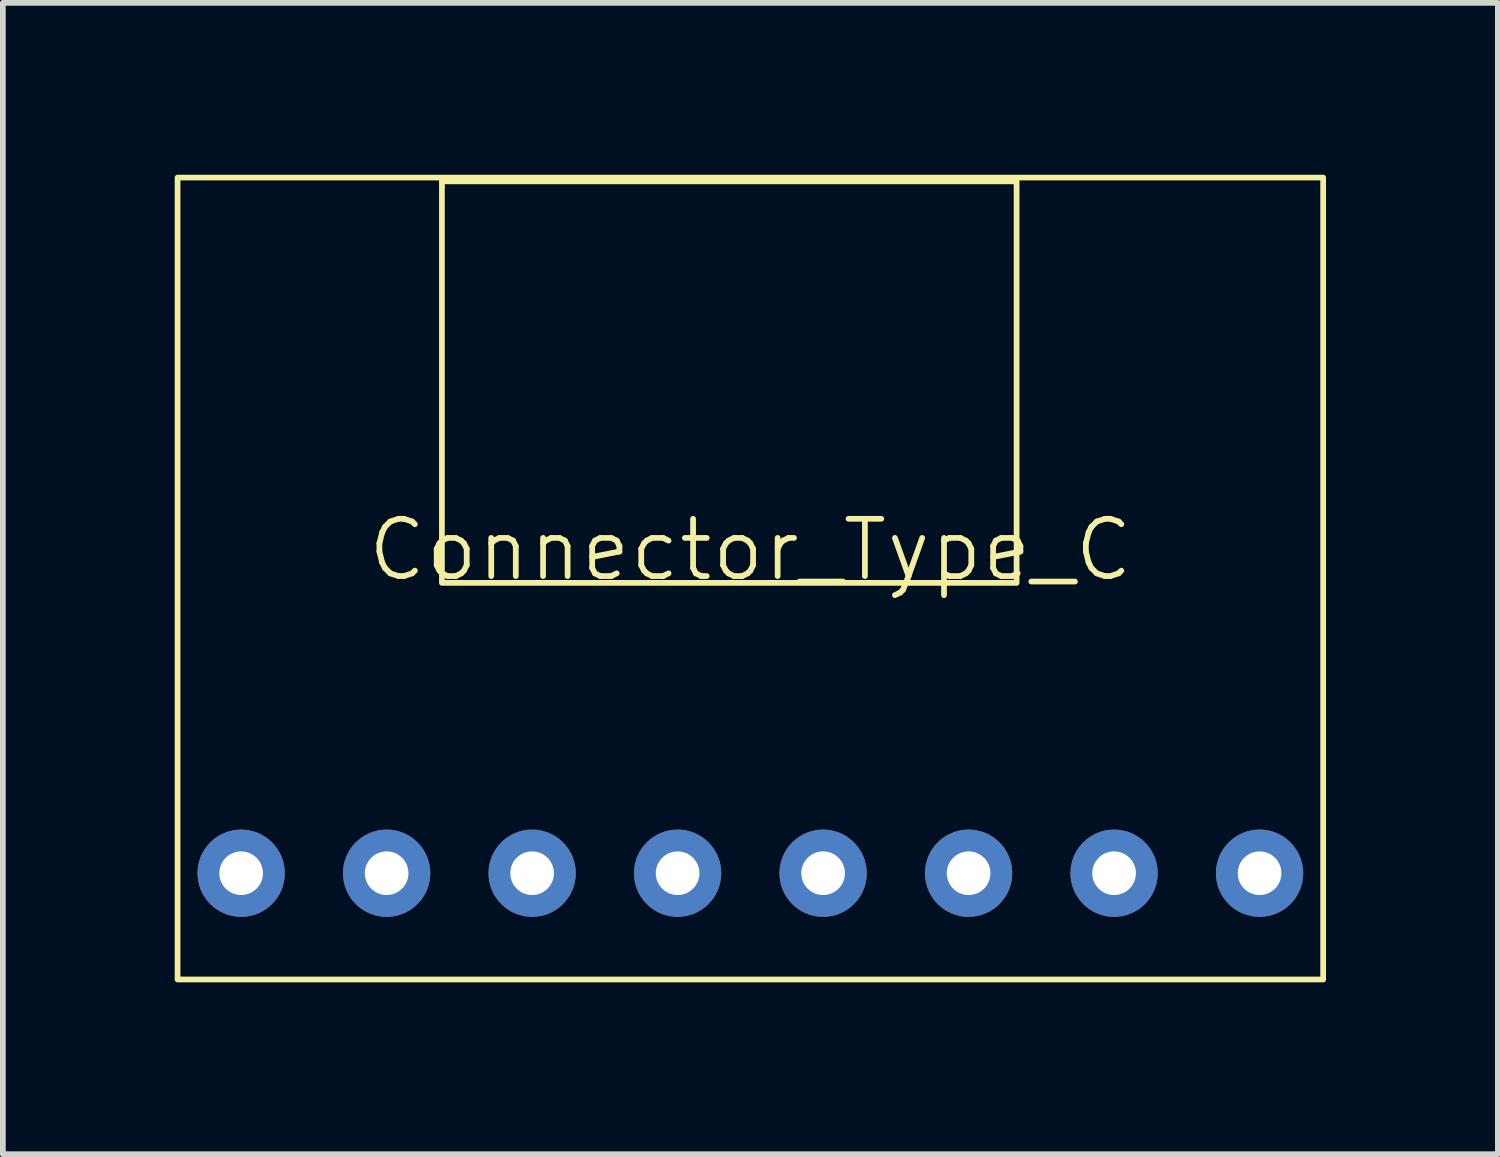
<source format=kicad_pcb>
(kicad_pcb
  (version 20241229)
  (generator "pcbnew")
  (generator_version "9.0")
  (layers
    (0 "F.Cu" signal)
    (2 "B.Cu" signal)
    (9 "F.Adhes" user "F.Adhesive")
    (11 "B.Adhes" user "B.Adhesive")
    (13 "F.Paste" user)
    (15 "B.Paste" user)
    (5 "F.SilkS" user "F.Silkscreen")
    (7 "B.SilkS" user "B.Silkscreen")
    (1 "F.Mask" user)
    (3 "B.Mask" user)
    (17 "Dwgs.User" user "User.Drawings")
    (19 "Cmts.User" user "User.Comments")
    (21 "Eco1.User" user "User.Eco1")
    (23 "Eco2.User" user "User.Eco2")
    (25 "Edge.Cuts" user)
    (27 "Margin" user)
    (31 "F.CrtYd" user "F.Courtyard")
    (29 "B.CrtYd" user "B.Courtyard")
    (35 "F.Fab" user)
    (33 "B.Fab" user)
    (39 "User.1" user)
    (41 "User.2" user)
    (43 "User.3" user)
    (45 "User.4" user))
  (footprint "Connector_Type_C"
    (layer "F.Cu")
    (at 10.05 7.05)
    (property "Reference" "Connector_Type_C" (at 0 -0.5 0) (unlocked yes) (layer "F.SilkS") (effects (font (size 1 1) (thickness 0.1))))
    (attr through_hole)
    (fp_rect (start -10 -7) (end 10 7) (stroke (width 0.1) (type default)) (fill no) (layer "F.SilkS"))
    (fp_rect (start -5.385 -6.934) (end 4.648 0.076) (stroke (width 0.1) (type default)) (fill no) (layer "F.SilkS"))
    (pad "1" thru_hole circle (at -8.89 5.145) (size 1.524 1.524) (drill 0.762) (layers "*.Cu" "*.Mask"))
    (pad "2" thru_hole circle (at -6.35 5.145) (size 1.524 1.524) (drill 0.762) (layers "*.Cu" "*.Mask"))
    (pad "3" thru_hole circle (at -3.81 5.145) (size 1.524 1.524) (drill 0.762) (layers "*.Cu" "*.Mask"))
    (pad "4" thru_hole circle (at -1.27 5.145) (size 1.524 1.524) (drill 0.762) (layers "*.Cu" "*.Mask"))
    (pad "5" thru_hole circle (at 1.27 5.145) (size 1.524 1.524) (drill 0.762) (layers "*.Cu" "*.Mask"))
    (pad "6" thru_hole circle (at 3.81 5.145) (size 1.524 1.524) (drill 0.762) (layers "*.Cu" "*.Mask"))
    (pad "7" thru_hole circle (at 6.35 5.145) (size 1.524 1.524) (drill 0.762) (layers "*.Cu" "*.Mask"))
    (pad "8" thru_hole circle (at 8.89 5.145) (size 1.524 1.524) (drill 0.762) (layers "*.Cu" "*.Mask")))
  (gr_rect
    (start -3 -3)
    (end 23.1 17.1)
    (stroke (width 0.1) (type default))
    (fill no)
    (layer "Edge.Cuts")))
</source>
